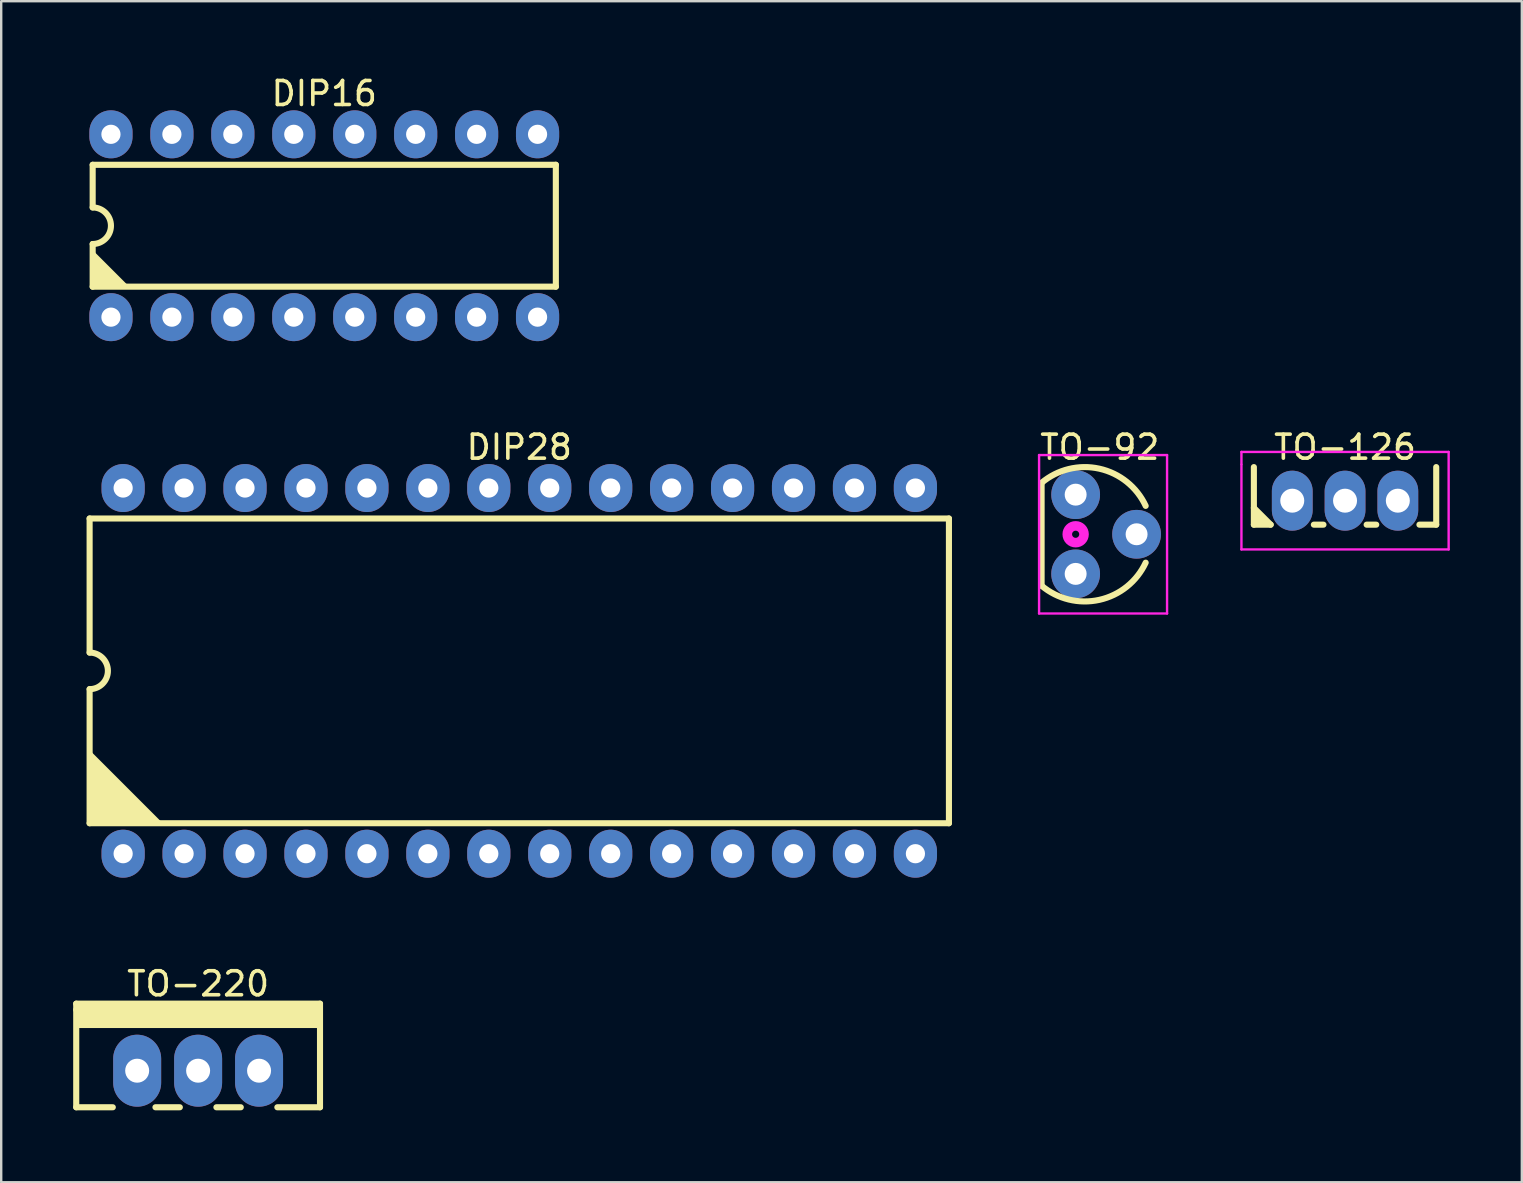
<source format=kicad_pcb>
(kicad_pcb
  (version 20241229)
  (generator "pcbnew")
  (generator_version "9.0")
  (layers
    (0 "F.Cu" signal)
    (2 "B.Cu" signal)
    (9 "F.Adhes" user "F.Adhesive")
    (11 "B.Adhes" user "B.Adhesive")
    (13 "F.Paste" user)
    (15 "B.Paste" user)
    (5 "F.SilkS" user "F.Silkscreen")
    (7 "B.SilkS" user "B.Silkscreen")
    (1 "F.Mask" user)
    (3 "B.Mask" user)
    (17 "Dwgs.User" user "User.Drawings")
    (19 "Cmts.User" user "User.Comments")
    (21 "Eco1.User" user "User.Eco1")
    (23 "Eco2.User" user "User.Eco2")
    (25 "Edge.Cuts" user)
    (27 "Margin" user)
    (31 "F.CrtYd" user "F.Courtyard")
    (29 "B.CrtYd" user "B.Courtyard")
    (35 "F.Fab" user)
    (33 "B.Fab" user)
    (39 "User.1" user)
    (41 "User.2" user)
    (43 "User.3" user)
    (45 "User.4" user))
  (footprint "DIP16"
    (layer "F.Cu")
    (at 10.464 6.358)
    (property "Reference" "DIP16" (at 0 -5.51 0) (layer "F.SilkS") (effects (font (size 1 1) (thickness 0.15))))
    (fp_line (start -9.652 -2.54) (end 9.652 -2.54) (stroke (width 0.254) (type solid)) (layer "F.SilkS"))
    (fp_line (start -9.652 -0.762) (end -9.652 -2.54) (stroke (width 0.254) (type solid)) (layer "F.SilkS"))
    (fp_line (start -9.652 2.54) (end -9.652 0.762) (stroke (width 0.254) (type solid)) (layer "F.SilkS"))
    (fp_line (start -9.652 2.54) (end 9.652 2.54) (stroke (width 0.254) (type solid)) (layer "F.SilkS"))
    (fp_line (start 9.652 2.54) (end 9.652 -2.54) (stroke (width 0.254) (type solid)) (layer "F.SilkS"))
    (fp_arc (start -9.652 -0.762) (mid -8.89 0) (end -9.652 0.762) (stroke (width 0.254) (type solid)) (layer "F.SilkS"))
    (fp_poly (pts (xy -9.652 1.016) (xy -8.128 2.54) (xy -9.652 2.54)) (stroke (width 0) (type default)) (fill yes) (layer "F.SilkS"))
    (fp_line (start -10.414 -5.334) (end 0.254 -5.334) (stroke (width 0.1) (type solid)) (layer "Eco2.User"))
    (fp_line (start -10.414 5.334) (end -10.414 -5.334) (stroke (width 0.1) (type solid)) (layer "Eco2.User"))
    (fp_line (start -10.414 5.334) (end 10.414 5.334) (stroke (width 0.1) (type solid)) (layer "Eco2.User"))
    (fp_line (start 0.254 -5.334) (end 10.414 -5.334) (stroke (width 0.1) (type solid)) (layer "Eco2.User"))
    (fp_line (start 10.414 5.334) (end 10.414 -5.334) (stroke (width 0.1) (type solid)) (layer "Eco2.User"))
    (fp_circle (center 0 0) (end 0 -0.199) (stroke (width 0.4) (type solid)) (fill no) (layer "Eco2.User"))
    (pad "1" thru_hole oval (at -8.89 3.81) (size 1.8 2) (drill 0.8) (layers "*.Cu" "*.Mask"))
    (pad "2" thru_hole oval (at -6.35 3.81) (size 1.8 2) (drill 0.8) (layers "*.Cu" "*.Mask"))
    (pad "3" thru_hole oval (at -3.81 3.81) (size 1.8 2) (drill 0.8) (layers "*.Cu" "*.Mask"))
    (pad "4" thru_hole oval (at -1.27 3.81) (size 1.8 2) (drill 0.8) (layers "*.Cu" "*.Mask"))
    (pad "5" thru_hole oval (at 1.27 3.81) (size 1.8 2) (drill 0.8) (layers "*.Cu" "*.Mask"))
    (pad "6" thru_hole oval (at 3.81 3.81) (size 1.8 2) (drill 0.8) (layers "*.Cu" "*.Mask"))
    (pad "7" thru_hole oval (at 6.35 3.81) (size 1.8 2) (drill 0.8) (layers "*.Cu" "*.Mask"))
    (pad "8" thru_hole oval (at 8.89 3.81) (size 1.8 2) (drill 0.8) (layers "*.Cu" "*.Mask"))
    (pad "9" thru_hole oval (at 8.89 -3.81) (size 1.8 2) (drill 0.8) (layers "*.Cu" "*.Mask"))
    (pad "10" thru_hole oval (at 6.35 -3.81) (size 1.8 2) (drill 0.8) (layers "*.Cu" "*.Mask"))
    (pad "11" thru_hole oval (at 3.81 -3.81) (size 1.8 2) (drill 0.8) (layers "*.Cu" "*.Mask"))
    (pad "12" thru_hole oval (at 1.27 -3.81) (size 1.8 2) (drill 0.8) (layers "*.Cu" "*.Mask"))
    (pad "13" thru_hole oval (at -1.27 -3.81) (size 1.8 2) (drill 0.8) (layers "*.Cu" "*.Mask"))
    (pad "14" thru_hole oval (at -3.81 -3.81) (size 1.8 2) (drill 0.8) (layers "*.Cu" "*.Mask"))
    (pad "15" thru_hole oval (at -6.35 -3.81) (size 1.8 2) (drill 0.8) (layers "*.Cu" "*.Mask"))
    (pad "16" thru_hole oval (at -8.89 -3.81) (size 1.8 2) (drill 0.8) (layers "*.Cu" "*.Mask")))
  (footprint "TO-220"
    (layer "F.Cu")
    (at 5.207 41.574)
    (property "Reference" "TO-220" (at 0 -3.621 0) (layer "F.SilkS") (effects (font (size 1 1) (thickness 0.15))))
    (fp_line (start -5.08 -2.794) (end 5.08 -2.794) (stroke (width 0.254) (type solid)) (layer "F.SilkS"))
    (fp_line (start -5.08 -2.54) (end -5.08 -2.794) (stroke (width 0.254) (type solid)) (layer "F.SilkS"))
    (fp_line (start -5.08 1.524) (end -5.08 -2.54) (stroke (width 0.254) (type solid)) (layer "F.SilkS"))
    (fp_line (start -5.08 1.524) (end -3.556 1.524) (stroke (width 0.254) (type solid)) (layer "F.SilkS"))
    (fp_line (start -1.778 1.524) (end -0.762 1.524) (stroke (width 0.254) (type solid)) (layer "F.SilkS"))
    (fp_line (start 0.762 1.524) (end 1.778 1.524) (stroke (width 0.254) (type solid)) (layer "F.SilkS"))
    (fp_line (start 3.302 1.524) (end 5.08 1.524) (stroke (width 0.254) (type solid)) (layer "F.SilkS"))
    (fp_line (start 5.08 1.524) (end 5.08 -2.794) (stroke (width 0.254) (type solid)) (layer "F.SilkS"))
    (fp_poly (pts (xy -5.08 -2.794) (xy 5.08 -2.794) (xy 5.08 -1.778) (xy -5.08 -1.778)) (stroke (width 0) (type default)) (fill yes) (layer "F.SilkS"))
    (pad "1" thru_hole oval (at -2.54 0) (size 2 3) (drill 1) (layers "*.Cu" "*.Mask"))
    (pad "2" thru_hole oval (at 0 0) (size 2 3) (drill 1) (layers "*.Cu" "*.Mask"))
    (pad "3" thru_hole oval (at 2.54 0) (size 2 3) (drill 1) (layers "*.Cu" "*.Mask")))
  (footprint "DIP28"
    (layer "F.Cu")
    (at 18.592 24.91)
    (property "Reference" "DIP28" (at 0 -9.32 0) (layer "F.SilkS") (effects (font (size 1 1) (thickness 0.15))))
    (fp_line (start -17.907 -6.35) (end 17.907 -6.35) (stroke (width 0.254) (type solid)) (layer "F.SilkS"))
    (fp_line (start -17.907 -0.762) (end -17.907 -6.35) (stroke (width 0.254) (type solid)) (layer "F.SilkS"))
    (fp_line (start -17.907 6.35) (end -17.907 0.762) (stroke (width 0.254) (type solid)) (layer "F.SilkS"))
    (fp_line (start -17.907 6.35) (end 17.907 6.35) (stroke (width 0.254) (type solid)) (layer "F.SilkS"))
    (fp_line (start 17.907 6.35) (end 17.907 -6.35) (stroke (width 0.254) (type solid)) (layer "F.SilkS"))
    (fp_arc (start -17.907 -0.762) (mid -17.145 0) (end -17.907 0.762) (stroke (width 0.254) (type solid)) (layer "F.SilkS"))
    (fp_poly (pts (xy -17.907 3.302) (xy -14.859 6.35) (xy -17.907 6.35)) (stroke (width 0) (type default)) (fill yes) (layer "F.SilkS"))
    (fp_line (start -18.542 -9.144) (end 18.542 -9.144) (stroke (width 0.1) (type solid)) (layer "Eco2.User"))
    (fp_line (start -18.542 9.144) (end -18.542 -9.144) (stroke (width 0.1) (type solid)) (layer "Eco2.User"))
    (fp_line (start -18.542 9.144) (end 18.542 9.144) (stroke (width 0.1) (type solid)) (layer "Eco2.User"))
    (fp_line (start 18.542 9.144) (end 18.542 -9.144) (stroke (width 0.1) (type solid)) (layer "Eco2.User"))
    (fp_circle (center 0 0) (end 0 -0.199) (stroke (width 0.4) (type solid)) (fill no) (layer "Eco2.User"))
    (pad "1" thru_hole oval (at -16.51 7.62) (size 1.8 2) (drill 0.8) (layers "*.Cu" "*.Mask"))
    (pad "2" thru_hole oval (at -13.97 7.62) (size 1.8 2) (drill 0.8) (layers "*.Cu" "*.Mask"))
    (pad "3" thru_hole oval (at -11.43 7.62) (size 1.8 2) (drill 0.8) (layers "*.Cu" "*.Mask"))
    (pad "4" thru_hole oval (at -8.89 7.62) (size 1.8 2) (drill 0.8) (layers "*.Cu" "*.Mask"))
    (pad "5" thru_hole oval (at -6.35 7.62) (size 1.8 2) (drill 0.8) (layers "*.Cu" "*.Mask"))
    (pad "6" thru_hole oval (at -3.81 7.62) (size 1.8 2) (drill 0.8) (layers "*.Cu" "*.Mask"))
    (pad "7" thru_hole oval (at -1.27 7.62) (size 1.8 2) (drill 0.8) (layers "*.Cu" "*.Mask"))
    (pad "8" thru_hole oval (at 1.27 7.62) (size 1.8 2) (drill 0.8) (layers "*.Cu" "*.Mask"))
    (pad "9" thru_hole oval (at 3.81 7.62) (size 1.8 2) (drill 0.8) (layers "*.Cu" "*.Mask"))
    (pad "10" thru_hole oval (at 6.35 7.62) (size 1.8 2) (drill 0.8) (layers "*.Cu" "*.Mask"))
    (pad "11" thru_hole oval (at 8.89 7.62) (size 1.8 2) (drill 0.8) (layers "*.Cu" "*.Mask"))
    (pad "12" thru_hole oval (at 11.43 7.62) (size 1.8 2) (drill 0.8) (layers "*.Cu" "*.Mask"))
    (pad "13" thru_hole oval (at 13.97 7.62) (size 1.8 2) (drill 0.8) (layers "*.Cu" "*.Mask"))
    (pad "14" thru_hole oval (at 16.51 7.62) (size 1.8 2) (drill 0.8) (layers "*.Cu" "*.Mask"))
    (pad "15" thru_hole oval (at 16.51 -7.62) (size 1.8 2) (drill 0.8) (layers "*.Cu" "*.Mask"))
    (pad "16" thru_hole oval (at 13.97 -7.62) (size 1.8 2) (drill 0.8) (layers "*.Cu" "*.Mask"))
    (pad "17" thru_hole oval (at 11.43 -7.62) (size 1.8 2) (drill 0.8) (layers "*.Cu" "*.Mask"))
    (pad "18" thru_hole oval (at 8.89 -7.62) (size 1.8 2) (drill 0.8) (layers "*.Cu" "*.Mask"))
    (pad "19" thru_hole oval (at 6.35 -7.62) (size 1.8 2) (drill 0.8) (layers "*.Cu" "*.Mask"))
    (pad "20" thru_hole oval (at 3.81 -7.62) (size 1.8 2) (drill 0.8) (layers "*.Cu" "*.Mask"))
    (pad "21" thru_hole oval (at 1.27 -7.62) (size 1.8 2) (drill 0.8) (layers "*.Cu" "*.Mask"))
    (pad "22" thru_hole oval (at -1.27 -7.62) (size 1.8 2) (drill 0.8) (layers "*.Cu" "*.Mask"))
    (pad "23" thru_hole oval (at -3.81 -7.62) (size 1.8 2) (drill 0.8) (layers "*.Cu" "*.Mask"))
    (pad "24" thru_hole oval (at -6.35 -7.62) (size 1.8 2) (drill 0.8) (layers "*.Cu" "*.Mask"))
    (pad "25" thru_hole oval (at -8.89 -7.62) (size 1.8 2) (drill 0.8) (layers "*.Cu" "*.Mask"))
    (pad "26" thru_hole oval (at -11.43 -7.62) (size 1.8 2) (drill 0.8) (layers "*.Cu" "*.Mask"))
    (pad "27" thru_hole oval (at -13.97 -7.62) (size 1.8 2) (drill 0.8) (layers "*.Cu" "*.Mask"))
    (pad "28" thru_hole oval (at -16.51 -7.62) (size 1.8 2) (drill 0.8) (layers "*.Cu" "*.Mask")))
  (footprint "TO-126"
    (layer "F.Cu")
    (at 53.008 17.817)
    (property "Reference" "TO-126" (at 0 -2.227 0) (layer "F.SilkS") (effects (font (size 1 1) (thickness 0.15))))
    (fp_line (start -3.8 0.3) (end -3.1 1) (stroke (width 0.254) (type solid)) (layer "F.SilkS"))
    (fp_line (start -3.8 1) (end -3.8 -1.4) (stroke (width 0.254) (type solid)) (layer "F.SilkS"))
    (fp_line (start -3.8 1) (end -3.1 1) (stroke (width 0.254) (type solid)) (layer "F.SilkS"))
    (fp_line (start -1.3 1) (end -0.9 1) (stroke (width 0.254) (type solid)) (layer "F.SilkS"))
    (fp_line (start 0.9 1) (end 1.3 1) (stroke (width 0.254) (type solid)) (layer "F.SilkS"))
    (fp_line (start 3.1 1) (end 3.8 1) (stroke (width 0.254) (type solid)) (layer "F.SilkS"))
    (fp_line (start 3.8 1) (end 3.8 -1.4) (stroke (width 0.254) (type solid)) (layer "F.SilkS"))
    (fp_poly (pts (xy -3.1 1) (xy -3.9 0.2) (xy -3.9 0.9) (xy -3.8 1)) (stroke (width 0) (type default)) (fill yes) (layer "F.SilkS"))
    (fp_line (start -4.318 -2.032) (end 4.318 -2.032) (stroke (width 0.1) (type solid)) (layer "F.CrtYd"))
    (fp_line (start -4.318 -1.524) (end -4.318 -2.032) (stroke (width 0.1) (type solid)) (layer "F.CrtYd"))
    (fp_line (start -4.318 2.032) (end -4.318 -1.5) (stroke (width 0.1) (type solid)) (layer "F.CrtYd"))
    (fp_line (start -4.318 2.032) (end 4.318 2.032) (stroke (width 0.1) (type solid)) (layer "F.CrtYd"))
    (fp_line (start 4.318 2.032) (end 4.318 -2.032) (stroke (width 0.1) (type solid)) (layer "F.CrtYd"))
    (pad "1" thru_hole oval (at -2.2 0) (size 1.7 2.5) (drill 1) (layers "*.Cu" "*.Mask"))
    (pad "2" thru_hole oval (at 0 0) (size 1.7 2.5) (drill 1) (layers "*.Cu" "*.Mask"))
    (pad "3" thru_hole oval (at 2.2 0) (size 1.7 2.5) (drill 1) (layers "*.Cu" "*.Mask")))
  (footprint "TO-92"
    (layer "F.Cu")
    (at 41.78 19.217)
    (property "Reference" "TO-92" (at 1.005 -3.627 0) (layer "F.SilkS") (effects (font (size 1 1) (thickness 0.15))))
    (fp_line (start -1.419 2.145) (end -1.419 -2.145) (stroke (width 0.254) (type solid)) (layer "F.SilkS"))
    (fp_arc (start -1.418805 -2.144924) (mid 0.987031 -2.733628) (end 2.918661 -1.183331) (stroke (width 0.254) (type solid)) (layer "F.SilkS"))
    (fp_arc (start 2.918662 1.183331) (mid 0.987031 2.733629) (end -1.418805 2.144925) (stroke (width 0.254) (type solid)) (layer "F.SilkS"))
    (fp_line (start -1.524 -3.302) (end 3.81 -3.302) (stroke (width 0.1) (type solid)) (layer "F.CrtYd"))
    (fp_line (start -1.524 3.302) (end -1.524 -3.302) (stroke (width 0.1) (type solid)) (layer "F.CrtYd"))
    (fp_line (start -1.524 3.302) (end 3.81 3.302) (stroke (width 0.1) (type solid)) (layer "F.CrtYd"))
    (fp_line (start 3.81 3.302) (end 3.81 -3.302) (stroke (width 0.1) (type solid)) (layer "F.CrtYd"))
    (fp_circle (center 0 0) (end 0 -0.149) (stroke (width 0.4) (type solid)) (fill no) (layer "F.CrtYd"))
    (pad "1" thru_hole circle (at 0 -1.651 180) (size 2.032 2.032) (drill 0.914) (layers "*.Cu" "*.Mask"))
    (pad "2" thru_hole circle (at 2.54 0 180) (size 2.032 2.032) (drill 0.914) (layers "*.Cu" "*.Mask"))
    (pad "3" thru_hole circle (at 0 1.651 180) (size 2.032 2.032) (drill 0.914) (layers "*.Cu" "*.Mask")))
  (gr_rect
    (start -3 -3)
    (end 60.376 46.225)
    (stroke (width 0.1) (type default))
    (fill no)
    (layer "Edge.Cuts")))
</source>
